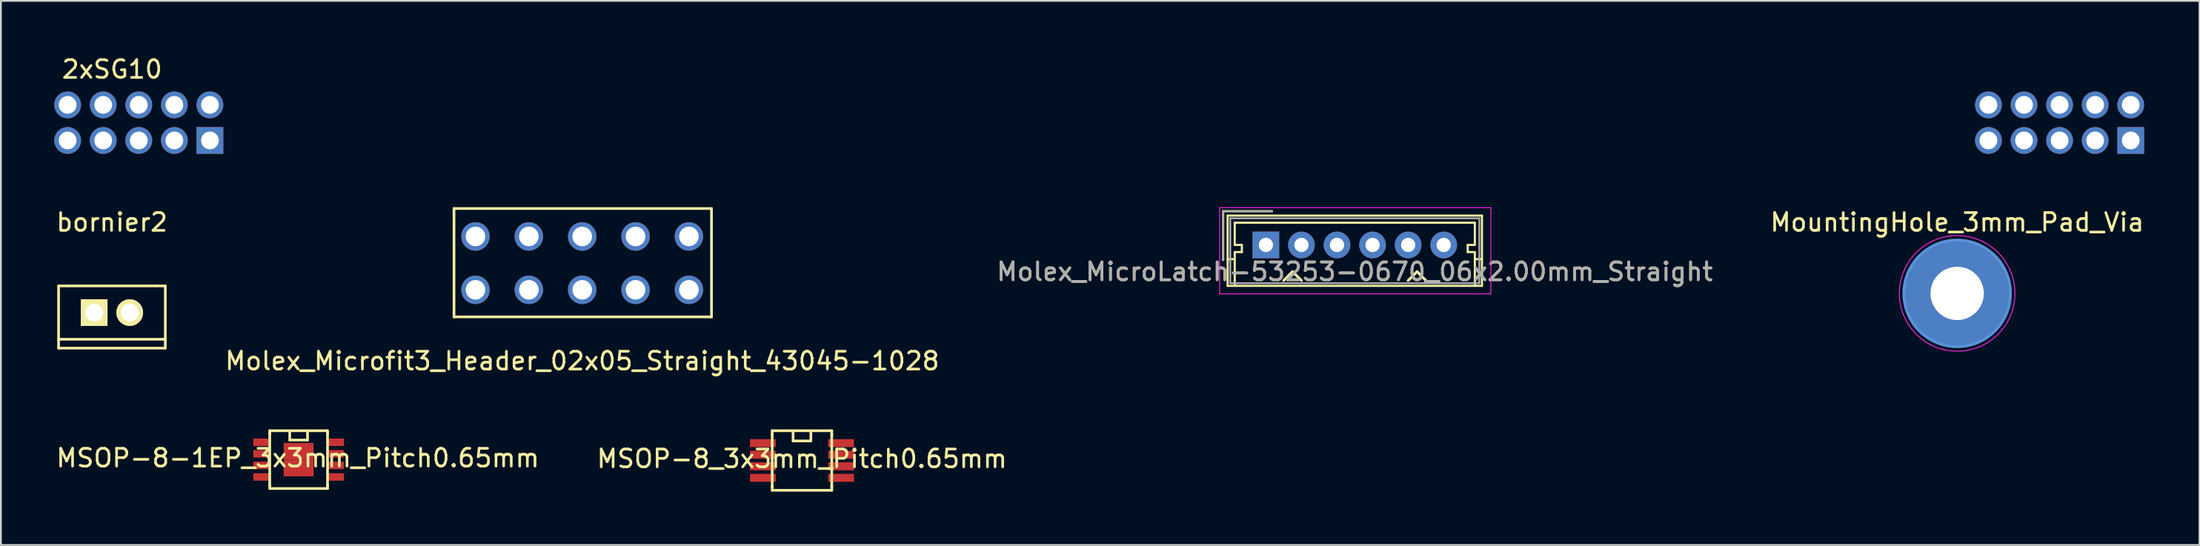
<source format=kicad_pcb>
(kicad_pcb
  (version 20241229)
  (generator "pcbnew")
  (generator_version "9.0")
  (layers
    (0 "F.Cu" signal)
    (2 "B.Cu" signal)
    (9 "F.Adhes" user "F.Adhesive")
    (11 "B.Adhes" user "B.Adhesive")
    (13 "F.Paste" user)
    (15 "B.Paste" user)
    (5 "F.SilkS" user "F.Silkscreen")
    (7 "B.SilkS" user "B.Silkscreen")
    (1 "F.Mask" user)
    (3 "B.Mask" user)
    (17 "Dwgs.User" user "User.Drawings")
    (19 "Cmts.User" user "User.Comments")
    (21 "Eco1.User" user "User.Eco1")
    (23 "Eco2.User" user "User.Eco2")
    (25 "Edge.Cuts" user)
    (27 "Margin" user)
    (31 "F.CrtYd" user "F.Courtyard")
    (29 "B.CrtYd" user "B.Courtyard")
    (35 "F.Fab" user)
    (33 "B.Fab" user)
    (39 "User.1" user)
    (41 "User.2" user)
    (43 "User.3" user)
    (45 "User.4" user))
  (footprint "Molex_Microfit3_Header_02x05_Straight_43045-1028"
    (layer "F.Cu")
    (at 35.685 13.248)
    (property "Reference" "Molex_Microfit3_Header_02x05_Straight_43045-1028" (at -6 4 0) (layer "F.SilkS") (effects (font (size 1 1) (thickness 0.15))))
    (attr through_hole)
    (fp_line (start -13.208 -4.572) (end -13.208 1.524) (stroke (width 0.15) (type solid)) (layer "F.SilkS"))
    (fp_line (start -13.208 -4.572) (end 1.27 -4.572) (stroke (width 0.15) (type solid)) (layer "F.SilkS"))
    (fp_line (start 1.27 -4.572) (end 1.27 1.524) (stroke (width 0.15) (type solid)) (layer "F.SilkS"))
    (fp_line (start 1.27 1.524) (end -13.208 1.524) (stroke (width 0.15) (type solid)) (layer "F.SilkS"))
    (pad "1" thru_hole circle (at 0 0) (size 1.6 1.6) (drill 1.1) (layers "*.Cu" "*.Mask"))
    (pad "2" thru_hole circle (at -3 0) (size 1.6 1.6) (drill 1.1) (layers "*.Cu" "*.Mask"))
    (pad "3" thru_hole circle (at -6 0) (size 1.6 1.6) (drill 1.1) (layers "*.Cu" "*.Mask"))
    (pad "4" thru_hole circle (at -9 0) (size 1.6 1.6) (drill 1.1) (layers "*.Cu" "*.Mask"))
    (pad "5" thru_hole circle (at -12 0) (size 1.6 1.6) (drill 1.1) (layers "*.Cu" "*.Mask"))
    (pad "6" thru_hole circle (at 0 -3) (size 1.6 1.6) (drill 1.1) (layers "*.Cu" "*.Mask"))
    (pad "7" thru_hole circle (at -3 -3) (size 1.6 1.6) (drill 1.1) (layers "*.Cu" "*.Mask"))
    (pad "8" thru_hole circle (at -6 -3) (size 1.6 1.6) (drill 1.1) (layers "*.Cu" "*.Mask"))
    (pad "9" thru_hole circle (at -9 -3) (size 1.6 1.6) (drill 1.1) (layers "*.Cu" "*.Mask"))
    (pad "10" thru_hole circle (at -12 -3) (size 1.6 1.6) (drill 1.1) (layers "*.Cu" "*.Mask")))
  (footprint "MSOP-8-1EP_3x3mm_Pitch0.65mm"
    (layer "F.Cu")
    (at 13.741 22.797)
    (property "Reference" "MSOP-8-1EP_3x3mm_Pitch0.65mm" (at -0.045 -0.09 0) (layer "F.SilkS") (effects (font (size 1 1) (thickness 0.15))))
    (attr smd)
    (fp_line (start -1.625 -1.625) (end -1.625 -1.41) (stroke (width 0.15) (type solid)) (layer "F.SilkS"))
    (fp_line (start -1.625 -1.625) (end 1.625 -1.625) (stroke (width 0.15) (type solid)) (layer "F.SilkS"))
    (fp_line (start -1.625 -1.5) (end -1.625 1.5) (stroke (width 0.15) (type solid)) (layer "F.SilkS"))
    (fp_line (start -1.625 1.625) (end -1.625 1.41) (stroke (width 0.15) (type solid)) (layer "F.SilkS"))
    (fp_line (start -1.625 1.625) (end 1.625 1.625) (stroke (width 0.15) (type solid)) (layer "F.SilkS"))
    (fp_line (start -0.5 -1.6) (end -0.5 -1.1) (stroke (width 0.15) (type solid)) (layer "F.SilkS"))
    (fp_line (start -0.5 -1.1) (end 0.5 -1.1) (stroke (width 0.15) (type solid)) (layer "F.SilkS"))
    (fp_line (start 0.5 -1.1) (end 0.5 -1.6) (stroke (width 0.15) (type solid)) (layer "F.SilkS"))
    (fp_line (start 1.625 -1.625) (end 1.625 -1.41) (stroke (width 0.15) (type solid)) (layer "F.SilkS"))
    (fp_line (start 1.625 -1.5) (end 1.625 1.5) (stroke (width 0.15) (type solid)) (layer "F.SilkS"))
    (fp_line (start 1.625 1.625) (end 1.625 1.41) (stroke (width 0.15) (type solid)) (layer "F.SilkS"))
    (pad "1" smd rect (at -2.105 -0.975) (size 0.89 0.42) (layers "F.Cu" "F.Mask" "F.Paste"))
    (pad "2" smd rect (at -2.105 -0.325) (size 0.89 0.42) (layers "F.Cu" "F.Mask" "F.Paste"))
    (pad "3" smd rect (at -2.105 0.325) (size 0.89 0.42) (layers "F.Cu" "F.Mask" "F.Paste"))
    (pad "4" smd rect (at -2.105 0.975) (size 0.89 0.42) (layers "F.Cu" "F.Mask" "F.Paste"))
    (pad "5" smd rect (at 2.105 0.975) (size 0.89 0.42) (layers "F.Cu" "F.Mask" "F.Paste"))
    (pad "6" smd rect (at 2.105 0.325) (size 0.89 0.42) (layers "F.Cu" "F.Mask" "F.Paste"))
    (pad "7" smd rect (at 2.105 -0.325) (size 0.89 0.42) (layers "F.Cu" "F.Mask" "F.Paste"))
    (pad "8" smd rect (at 2.105 -0.975) (size 0.89 0.42) (layers "F.Cu" "F.Mask" "F.Paste"))
    (pad "9" smd rect (at -0.42 -0.47) (size 0.84 0.94) (layers "F.Cu" "F.Mask" "F.Paste"))
    (pad "9" smd rect (at -0.42 0.47) (size 0.84 0.94) (layers "F.Cu" "F.Mask" "F.Paste"))
    (pad "9" smd rect (at 0.42 -0.47) (size 0.84 0.94) (layers "F.Cu" "F.Mask" "F.Paste"))
    (pad "9" smd rect (at 0.42 0.47) (size 0.84 0.94) (layers "F.Cu" "F.Mask" "F.Paste")))
  (footprint "bornier2"
    (layer "F.Cu")
    (at 3.244 14.53)
    (property "Reference" "bornier2" (at 0 -5.08 0) (layer "F.SilkS") (effects (font (size 1 1) (thickness 0.15))))
    (attr through_hole)
    (fp_line (start -3 -1.5) (end -2.5 -1.5) (stroke (width 0.15) (type solid)) (layer "F.SilkS"))
    (fp_line (start -3 1.5) (end 3 1.5) (stroke (width 0.15) (type solid)) (layer "F.SilkS"))
    (fp_line (start -3 2) (end -3 -1.5) (stroke (width 0.15) (type solid)) (layer "F.SilkS"))
    (fp_line (start -2.5 -1.5) (end 2.5 -1.5) (stroke (width 0.15) (type solid)) (layer "F.SilkS"))
    (fp_line (start 2.5 -1.5) (end 3 -1.5) (stroke (width 0.15) (type solid)) (layer "F.SilkS"))
    (fp_line (start 3 -1.5) (end 3 2) (stroke (width 0.15) (type solid)) (layer "F.SilkS"))
    (fp_line (start 3 2) (end -3 2) (stroke (width 0.15) (type solid)) (layer "F.SilkS"))
    (pad "1" thru_hole rect (at -1 0) (size 1.5 1.5) (drill 1) (layers "*.Cu" "*.Mask" "F.SilkS"))
    (pad "2" thru_hole circle (at 1 0) (size 1.5 1.5) (drill 1) (layers "*.Cu" "*.Mask" "F.SilkS")))
  (footprint "MSOP-8_3x3mm_Pitch0.65mm"
    (layer "F.Cu")
    (at 42.042 22.847)
    (property "Reference" "MSOP-8_3x3mm_Pitch0.65mm" (at 0 -0.1 0) (layer "F.SilkS") (effects (font (size 1 1) (thickness 0.15))))
    (attr smd)
    (fp_line (start -1.675 -1.675) (end -1.675 -1.425) (stroke (width 0.15) (type solid)) (layer "F.SilkS"))
    (fp_line (start -1.675 -1.675) (end 1.675 -1.675) (stroke (width 0.15) (type solid)) (layer "F.SilkS"))
    (fp_line (start -1.675 -1.5) (end -1.675 1.5) (stroke (width 0.15) (type solid)) (layer "F.SilkS"))
    (fp_line (start -1.675 1.675) (end -1.675 1.425) (stroke (width 0.15) (type solid)) (layer "F.SilkS"))
    (fp_line (start -1.675 1.675) (end 1.675 1.675) (stroke (width 0.15) (type solid)) (layer "F.SilkS"))
    (fp_line (start -0.5 -1.1) (end -0.5 -1.6) (stroke (width 0.15) (type solid)) (layer "F.SilkS"))
    (fp_line (start -0.5 -1.1) (end 0.5 -1.1) (stroke (width 0.15) (type solid)) (layer "F.SilkS"))
    (fp_line (start 0.5 -1.1) (end 0.5 -1.6) (stroke (width 0.15) (type solid)) (layer "F.SilkS"))
    (fp_line (start 1.675 -1.675) (end 1.675 -1.425) (stroke (width 0.15) (type solid)) (layer "F.SilkS"))
    (fp_line (start 1.675 -1.5) (end 1.675 1.5) (stroke (width 0.15) (type solid)) (layer "F.SilkS"))
    (fp_line (start 1.675 1.675) (end 1.675 1.425) (stroke (width 0.15) (type solid)) (layer "F.SilkS"))
    (pad "1" smd rect (at -2.2 -0.975) (size 1.45 0.45) (layers "F.Cu" "F.Mask" "F.Paste"))
    (pad "2" smd rect (at -2.2 -0.325) (size 1.45 0.45) (layers "F.Cu" "F.Mask" "F.Paste"))
    (pad "3" smd rect (at -2.2 0.325) (size 1.45 0.45) (layers "F.Cu" "F.Mask" "F.Paste"))
    (pad "4" smd rect (at -2.2 0.975) (size 1.45 0.45) (layers "F.Cu" "F.Mask" "F.Paste"))
    (pad "5" smd rect (at 2.2 0.975) (size 1.45 0.45) (layers "F.Cu" "F.Mask" "F.Paste"))
    (pad "6" smd rect (at 2.2 0.325) (size 1.45 0.45) (layers "F.Cu" "F.Mask" "F.Paste"))
    (pad "7" smd rect (at 2.2 -0.325) (size 1.45 0.45) (layers "F.Cu" "F.Mask" "F.Paste"))
    (pad "8" smd rect (at 2.2 -0.975) (size 1.45 0.45) (layers "F.Cu" "F.Mask" "F.Paste")))
  (footprint "MountingHole_3mm_Pad_Via"
    (layer "F.Cu")
    (at 106.994 13.45)
    (property "Reference" "MountingHole_3mm_Pad_Via" (at 0 -4 0) (layer "F.SilkS") (effects (font (size 1 1) (thickness 0.15))))
    (attr through_hole)
    (fp_circle (center 0 0) (end 3 0) (stroke (width 0.15) (type solid)) (fill no) (layer "Cmts.User"))
    (fp_circle (center 0 0) (end 3.25 0) (stroke (width 0.05) (type solid)) (fill no) (layer "F.CrtYd"))
    (pad "1" thru_hole circle (at 0 0) (size 6 6) (drill 3) (layers "*.Cu" "*.Mask")))
  (footprint "Molex_MicroLatch-53253-0670_06x2.00mm_Straight"
    (layer "F.Cu")
    (at 68.125 10.726)
    (property "Reference" "Molex_MicroLatch-53253-0670_06x2.00mm_Straight" (at 5 1.5 0) (layer "F.SilkS") (effects (font (size 1 1) (thickness 0.15))))
    (attr through_hole)
    (fp_line (start -2.4 -1.9) (end -2.4 0.85) (stroke (width 0.12) (type solid)) (layer "F.SilkS"))
    (fp_line (start -2.15 -1.65) (end -2.15 2.3) (stroke (width 0.12) (type solid)) (layer "F.SilkS"))
    (fp_line (start -2.15 0.8) (end -1.75 0.8) (stroke (width 0.12) (type solid)) (layer "F.SilkS"))
    (fp_line (start -2.15 2.3) (end 12.15 2.3) (stroke (width 0.12) (type solid)) (layer "F.SilkS"))
    (fp_line (start -1.75 -1.25) (end -1.75 0) (stroke (width 0.12) (type solid)) (layer "F.SilkS"))
    (fp_line (start -1.75 0) (end -1.35 0) (stroke (width 0.12) (type solid)) (layer "F.SilkS"))
    (fp_line (start -1.75 0.4) (end -1.75 2.3) (stroke (width 0.12) (type solid)) (layer "F.SilkS"))
    (fp_line (start -1.35 0) (end -1.35 0.4) (stroke (width 0.12) (type solid)) (layer "F.SilkS"))
    (fp_line (start -1.35 0.4) (end -1.75 0.4) (stroke (width 0.12) (type solid)) (layer "F.SilkS"))
    (fp_line (start 0.35 -1.9) (end -2.4 -1.9) (stroke (width 0.12) (type solid)) (layer "F.SilkS"))
    (fp_line (start 1 2) (end 1.5 1.5) (stroke (width 0.15) (type solid)) (layer "F.SilkS"))
    (fp_line (start 1.5 1.5) (end 2 2) (stroke (width 0.15) (type solid)) (layer "F.SilkS"))
    (fp_line (start 5 -1.25) (end -1.75 -1.25) (stroke (width 0.12) (type solid)) (layer "F.SilkS"))
    (fp_line (start 5 -1.25) (end 11.75 -1.25) (stroke (width 0.12) (type solid)) (layer "F.SilkS"))
    (fp_line (start 8.5 1.5) (end 8 2) (stroke (width 0.15) (type solid)) (layer "F.SilkS"))
    (fp_line (start 9 2) (end 8.5 1.5) (stroke (width 0.15) (type solid)) (layer "F.SilkS"))
    (fp_line (start 11.35 0) (end 11.35 0.4) (stroke (width 0.12) (type solid)) (layer "F.SilkS"))
    (fp_line (start 11.35 0.4) (end 11.75 0.4) (stroke (width 0.12) (type solid)) (layer "F.SilkS"))
    (fp_line (start 11.75 -1.25) (end 11.75 0) (stroke (width 0.12) (type solid)) (layer "F.SilkS"))
    (fp_line (start 11.75 0) (end 11.35 0) (stroke (width 0.12) (type solid)) (layer "F.SilkS"))
    (fp_line (start 11.75 0.4) (end 11.75 2.3) (stroke (width 0.12) (type solid)) (layer "F.SilkS"))
    (fp_line (start 12.15 -1.65) (end -2.15 -1.65) (stroke (width 0.12) (type solid)) (layer "F.SilkS"))
    (fp_line (start 12.15 0.8) (end 11.75 0.8) (stroke (width 0.12) (type solid)) (layer "F.SilkS"))
    (fp_line (start 12.15 2.3) (end 12.15 -1.65) (stroke (width 0.12) (type solid)) (layer "F.SilkS"))
    (fp_line (start -2.6 -2.1) (end -2.6 2.75) (stroke (width 0.05) (type solid)) (layer "F.CrtYd"))
    (fp_line (start -2.6 2.75) (end 12.65 2.75) (stroke (width 0.05) (type solid)) (layer "F.CrtYd"))
    (fp_line (start 12.65 -2.1) (end -2.6 -2.1) (stroke (width 0.05) (type solid)) (layer "F.CrtYd"))
    (fp_line (start 12.65 2.75) (end 12.65 -2.1) (stroke (width 0.05) (type solid)) (layer "F.CrtYd"))
    (fp_line (start -2.4 -1.9) (end -2.4 0.85) (stroke (width 0.1) (type solid)) (layer "F.Fab"))
    (fp_line (start -2 -1.5) (end -2 2.15) (stroke (width 0.1) (type solid)) (layer "F.Fab"))
    (fp_line (start -2 2.15) (end 12 2.15) (stroke (width 0.1) (type solid)) (layer "F.Fab"))
    (fp_line (start 0.35 -1.9) (end -2.4 -1.9) (stroke (width 0.1) (type solid)) (layer "F.Fab"))
    (fp_line (start 12 -1.5) (end -2 -1.5) (stroke (width 0.1) (type solid)) (layer "F.Fab"))
    (fp_line (start 12 2.15) (end 12 -1.5) (stroke (width 0.1) (type solid)) (layer "F.Fab"))
    (fp_text user "${REFERENCE}" (at 5 1.5 0) (layer "F.Fab") (effects (font (size 1 1) (thickness 0.15))))
    (pad "1" thru_hole rect (at 0 0) (size 1.5 1.5) (drill 0.8) (layers "*.Cu" "*.Mask"))
    (pad "2" thru_hole circle (at 2 0) (size 1.5 1.5) (drill 0.8) (layers "*.Cu" "*.Mask"))
    (pad "3" thru_hole circle (at 4 0) (size 1.5 1.5) (drill 0.8) (layers "*.Cu" "*.Mask"))
    (pad "4" thru_hole circle (at 6 0) (size 1.5 1.5) (drill 0.8) (layers "*.Cu" "*.Mask"))
    (pad "5" thru_hole circle (at 8 0) (size 1.5 1.5) (drill 0.8) (layers "*.Cu" "*.Mask"))
    (pad "6" thru_hole circle (at 10 0) (size 1.5 1.5) (drill 0.8) (layers "*.Cu" "*.Mask")))
  (footprint "2xSG10"
    (layer "F.Cu")
    (at 58.753 3.848)
    (property "Reference" "2xSG10" (at -55.5 -3 0) (layer "F.SilkS") (effects (font (size 1 1) (thickness 0.15))))
    (attr exclude_from_pos_files exclude_from_bom)
    (pad "1" thru_hole rect (at 58 1) (size 1.506 1.506) (drill 0.998) (layers "*.Cu" "*.Mask"))
    (pad "2" thru_hole circle (at 58 -1) (size 1.506 1.506) (drill 0.998) (layers "*.Cu" "*.Mask"))
    (pad "3" thru_hole circle (at 56 1) (size 1.506 1.506) (drill 0.998) (layers "*.Cu" "*.Mask"))
    (pad "4" thru_hole circle (at 56 -1) (size 1.506 1.506) (drill 0.998) (layers "*.Cu" "*.Mask"))
    (pad "5" thru_hole circle (at 54 1) (size 1.506 1.506) (drill 0.998) (layers "*.Cu" "*.Mask"))
    (pad "6" thru_hole circle (at 54 -1) (size 1.506 1.506) (drill 0.998) (layers "*.Cu" "*.Mask"))
    (pad "7" thru_hole circle (at 52 1) (size 1.506 1.506) (drill 0.998) (layers "*.Cu" "*.Mask"))
    (pad "8" thru_hole circle (at 52 -1) (size 1.506 1.506) (drill 0.998) (layers "*.Cu" "*.Mask"))
    (pad "9" thru_hole circle (at 50 1) (size 1.506 1.506) (drill 0.998) (layers "*.Cu" "*.Mask"))
    (pad "10" thru_hole circle (at 50 -1) (size 1.506 1.506) (drill 0.998) (layers "*.Cu" "*.Mask"))
    (pad "11" thru_hole rect (at -50 1) (size 1.506 1.506) (drill 0.998) (layers "*.Cu" "*.Mask"))
    (pad "12" thru_hole circle (at -50 -1) (size 1.506 1.506) (drill 0.998) (layers "*.Cu" "*.Mask"))
    (pad "13" thru_hole circle (at -52 1) (size 1.506 1.506) (drill 0.998) (layers "*.Cu" "*.Mask"))
    (pad "14" thru_hole circle (at -52 -1) (size 1.506 1.506) (drill 0.998) (layers "*.Cu" "*.Mask"))
    (pad "15" thru_hole circle (at -54 1) (size 1.506 1.506) (drill 0.998) (layers "*.Cu" "*.Mask"))
    (pad "16" thru_hole circle (at -54 -1) (size 1.506 1.506) (drill 0.998) (layers "*.Cu" "*.Mask"))
    (pad "17" thru_hole circle (at -56 1) (size 1.506 1.506) (drill 0.998) (layers "*.Cu" "*.Mask"))
    (pad "18" thru_hole circle (at -56 -1) (size 1.506 1.506) (drill 0.998) (layers "*.Cu" "*.Mask"))
    (pad "19" thru_hole circle (at -58 1) (size 1.506 1.506) (drill 0.998) (layers "*.Cu" "*.Mask"))
    (pad "20" thru_hole circle (at -58 -1) (size 1.506 1.506) (drill 0.998) (layers "*.Cu" "*.Mask")))
  (gr_rect
    (start -3 -3)
    (end 120.619 27.597)
    (stroke (width 0.1) (type default))
    (fill no)
    (layer "Edge.Cuts")))
</source>
